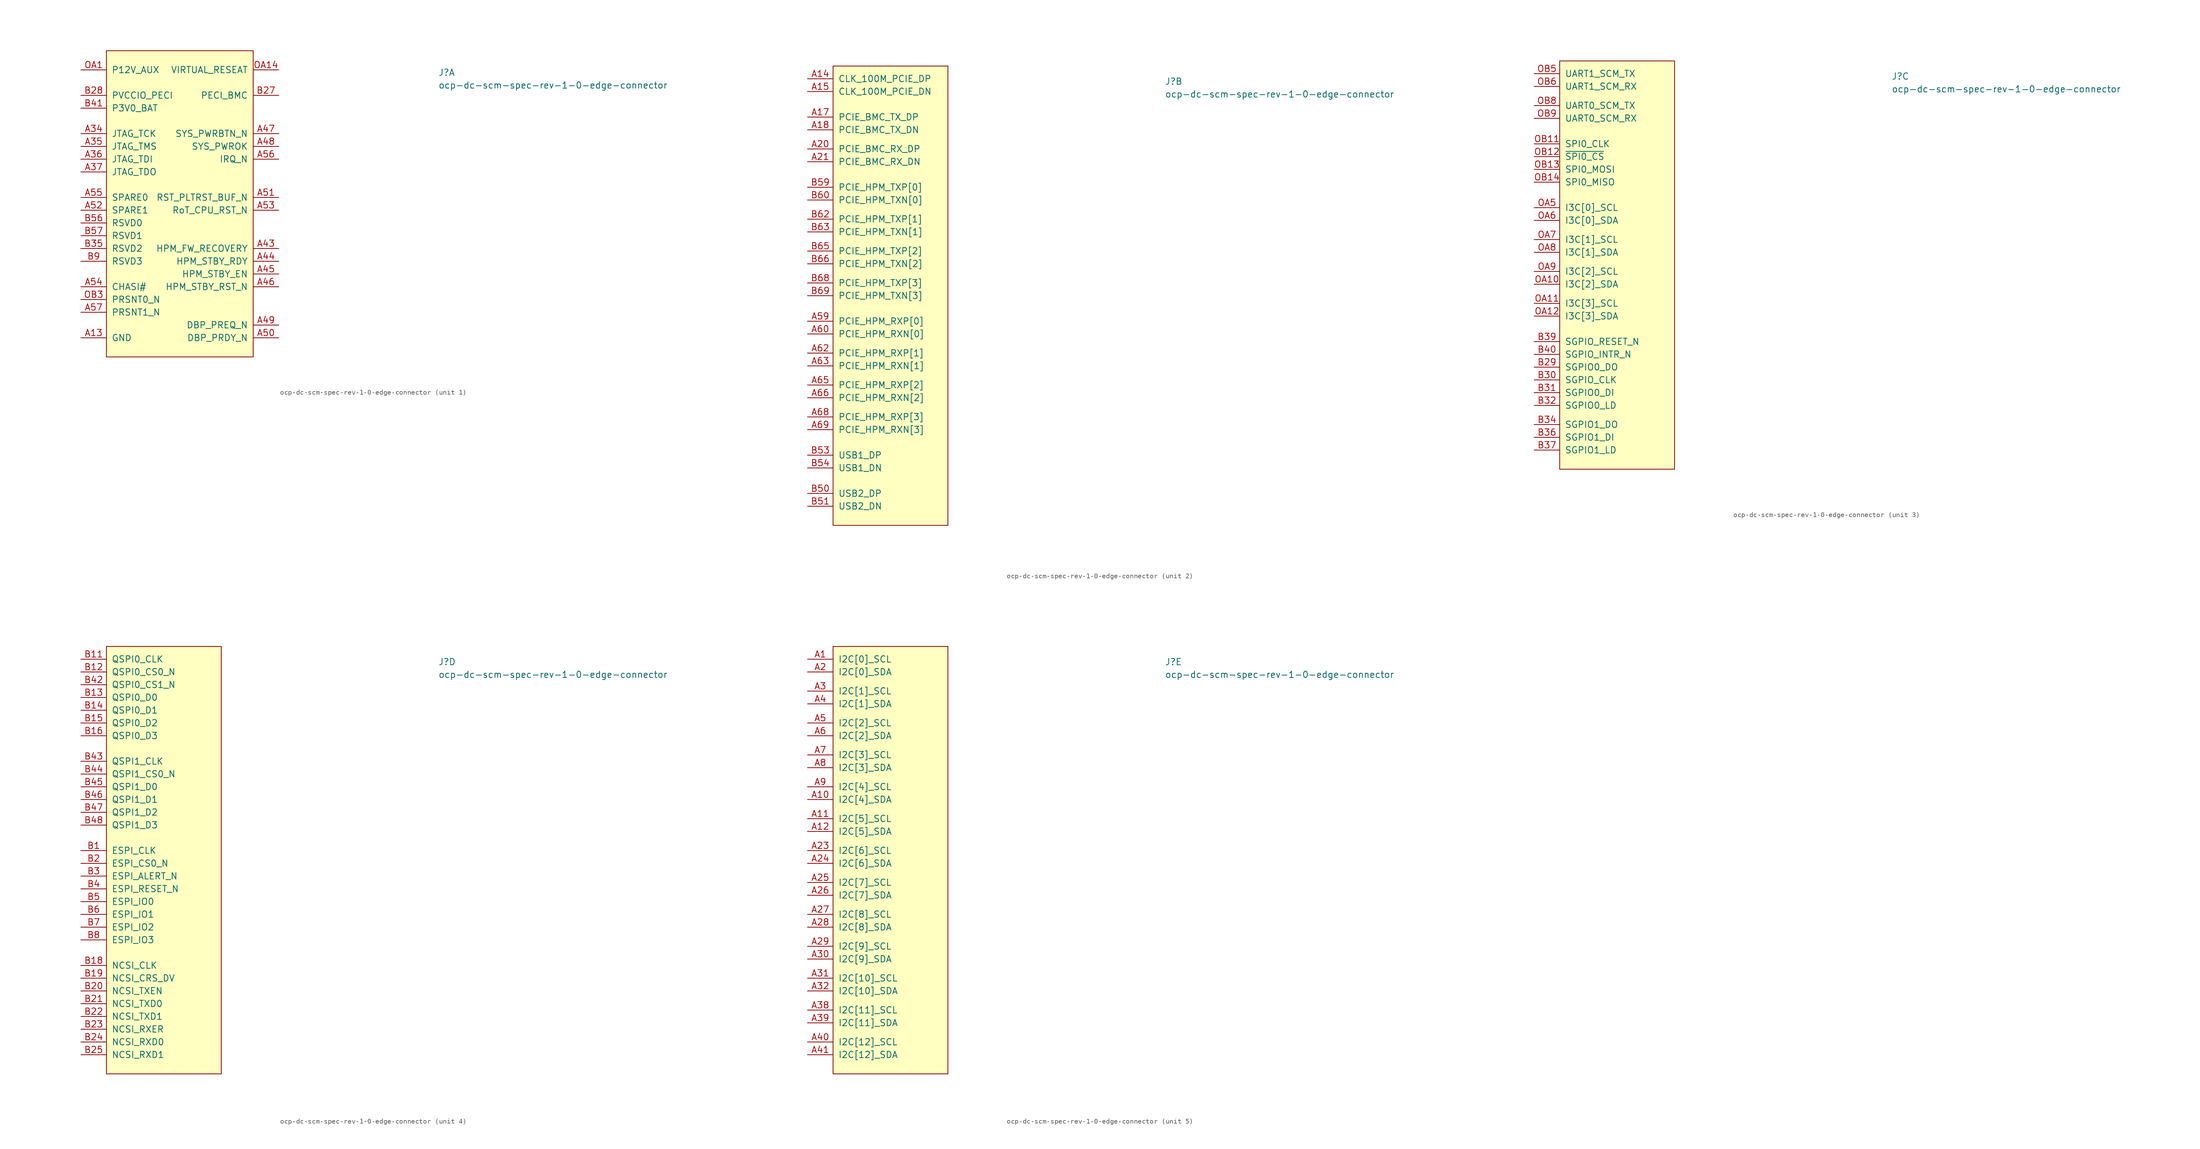
<source format=kicad_sym>
(kicad_symbol_lib
  (version 20211014)
  (generator kicad_symbol_editor)
  (symbol "ocp-dc-scm-spec-rev-1-0-edge-connector"
    (pin_names
      (offset 1.016))
    (property "Reference" "J"
      (at 71.12 -1.27 0)
      (effects (font (size 1.27 1.27) (thickness 0.15)) (justify left bottom)))
    (property "Value" "ocp-dc-scm-spec-rev-1-0-edge-connector"
      (at 71.12 -3.81 0)
      (effects (font (size 1.27 1.27) (thickness 0.15)) (justify left bottom)))
    (property "ki_locked" ""
      (at 0 0 0)
      (effects (font (size 1.27 1.27))))
    (symbol "ocp-dc-scm-spec-rev-1-0-edge-connector_1_1"
      (rectangle (start 5.08 3.81) (end 34.29 -57.15) (stroke (width 0) (type default) (color 0 0 0 0)) (fill (type background)))
      (pin power_out line (at 0 -53.34 0) (length 5.08) (name "GND" (effects (font (size 1.27 1.27)))) (number "A13" (effects (font (size 1.27 1.27)))))
      (pin passive line (at 0 -53.34 0) (length 5.08) hide (name "GND" (effects (font (size 1.27 1.27)))) (number "A16" (effects (font (size 1.27 1.27)))))
      (pin passive line (at 0 -53.34 0) (length 5.08) hide (name "GND" (effects (font (size 1.27 1.27)))) (number "A19" (effects (font (size 1.27 1.27)))))
      (pin passive line (at 0 -53.34 0) (length 5.08) hide (name "GND" (effects (font (size 1.27 1.27)))) (number "A22" (effects (font (size 1.27 1.27)))))
      (pin passive line (at 0 -53.34 0) (length 5.08) hide (name "GND" (effects (font (size 1.27 1.27)))) (number "A33" (effects (font (size 1.27 1.27)))))
      (pin passive line (at 0 -12.7 0) (length 5.08) (name "JTAG_TCK" (effects (font (size 1.27 1.27)))) (number "A34" (effects (font (size 1.27 1.27)))))
      (pin passive line (at 0 -15.24 0) (length 5.08) (name "JTAG_TMS" (effects (font (size 1.27 1.27)))) (number "A35" (effects (font (size 1.27 1.27)))))
      (pin passive line (at 0 -17.78 0) (length 5.08) (name "JTAG_TDI" (effects (font (size 1.27 1.27)))) (number "A36" (effects (font (size 1.27 1.27)))))
      (pin passive line (at 0 -20.32 0) (length 5.08) (name "JTAG_TDO" (effects (font (size 1.27 1.27)))) (number "A37" (effects (font (size 1.27 1.27)))))
      (pin passive line (at 0 -53.34 0) (length 5.08) hide (name "GND" (effects (font (size 1.27 1.27)))) (number "A42" (effects (font (size 1.27 1.27)))))
      (pin passive line (at 39.37 -35.56 180) (length 5.08) (name "HPM_FW_RECOVERY" (effects (font (size 1.27 1.27)))) (number "A43" (effects (font (size 1.27 1.27)))))
      (pin passive line (at 39.37 -38.1 180) (length 5.08) (name "HPM_STBY_RDY" (effects (font (size 1.27 1.27)))) (number "A44" (effects (font (size 1.27 1.27)))))
      (pin passive line (at 39.37 -40.64 180) (length 5.08) (name "HPM_STBY_EN" (effects (font (size 1.27 1.27)))) (number "A45" (effects (font (size 1.27 1.27)))))
      (pin passive line (at 39.37 -43.18 180) (length 5.08) (name "HPM_STBY_RST_N" (effects (font (size 1.27 1.27)))) (number "A46" (effects (font (size 1.27 1.27)))))
      (pin passive line (at 39.37 -12.7 180) (length 5.08) (name "SYS_PWRBTN_N" (effects (font (size 1.27 1.27)))) (number "A47" (effects (font (size 1.27 1.27)))))
      (pin passive line (at 39.37 -15.24 180) (length 5.08) (name "SYS_PWROK" (effects (font (size 1.27 1.27)))) (number "A48" (effects (font (size 1.27 1.27)))))
      (pin passive line (at 39.37 -50.8 180) (length 5.08) (name "DBP_PREQ_N" (effects (font (size 1.27 1.27)))) (number "A49" (effects (font (size 1.27 1.27)))))
      (pin passive line (at 39.37 -53.34 180) (length 5.08) (name "DBP_PRDY_N" (effects (font (size 1.27 1.27)))) (number "A50" (effects (font (size 1.27 1.27)))))
      (pin passive line (at 39.37 -25.4 180) (length 5.08) (name "RST_PLTRST_BUF_N" (effects (font (size 1.27 1.27)))) (number "A51" (effects (font (size 1.27 1.27)))))
      (pin passive line (at 0 -27.94 0) (length 5.08) (name "SPARE1" (effects (font (size 1.27 1.27)))) (number "A52" (effects (font (size 1.27 1.27)))))
      (pin passive line (at 39.37 -27.94 180) (length 5.08) (name "RoT_CPU_RST_N" (effects (font (size 1.27 1.27)))) (number "A53" (effects (font (size 1.27 1.27)))))
      (pin passive line (at 0 -43.18 0) (length 5.08) (name "CHASI#" (effects (font (size 1.27 1.27)))) (number "A54" (effects (font (size 1.27 1.27)))))
      (pin passive line (at 0 -25.4 0) (length 5.08) (name "SPARE0" (effects (font (size 1.27 1.27)))) (number "A55" (effects (font (size 1.27 1.27)))))
      (pin passive line (at 39.37 -17.78 180) (length 5.08) (name "IRQ_N" (effects (font (size 1.27 1.27)))) (number "A56" (effects (font (size 1.27 1.27)))))
      (pin passive line (at 0 -48.26 0) (length 5.08) (name "PRSNT1_N" (effects (font (size 1.27 1.27)))) (number "A57" (effects (font (size 1.27 1.27)))))
      (pin passive line (at 0 -53.34 0) (length 5.08) hide (name "GND" (effects (font (size 1.27 1.27)))) (number "A58" (effects (font (size 1.27 1.27)))))
      (pin passive line (at 0 -53.34 0) (length 5.08) hide (name "GND" (effects (font (size 1.27 1.27)))) (number "A61" (effects (font (size 1.27 1.27)))))
      (pin passive line (at 0 -53.34 0) (length 5.08) hide (name "GND" (effects (font (size 1.27 1.27)))) (number "A64" (effects (font (size 1.27 1.27)))))
      (pin passive line (at 0 -53.34 0) (length 5.08) hide (name "GND" (effects (font (size 1.27 1.27)))) (number "A67" (effects (font (size 1.27 1.27)))))
      (pin passive line (at 0 -53.34 0) (length 5.08) hide (name "GND" (effects (font (size 1.27 1.27)))) (number "A70" (effects (font (size 1.27 1.27)))))
      (pin passive line (at 0 -53.34 0) (length 5.08) hide (name "GND" (effects (font (size 1.27 1.27)))) (number "B10" (effects (font (size 1.27 1.27)))))
      (pin passive line (at 0 -53.34 0) (length 5.08) hide (name "GND" (effects (font (size 1.27 1.27)))) (number "B17" (effects (font (size 1.27 1.27)))))
      (pin passive line (at 0 -53.34 0) (length 5.08) hide (name "GND" (effects (font (size 1.27 1.27)))) (number "B26" (effects (font (size 1.27 1.27)))))
      (pin passive line (at 39.37 -5.08 180) (length 5.08) (name "PECI_BMC" (effects (font (size 1.27 1.27)))) (number "B27" (effects (font (size 1.27 1.27)))))
      (pin passive line (at 0 -5.08 0) (length 5.08) (name "PVCCIO_PECI" (effects (font (size 1.27 1.27)))) (number "B28" (effects (font (size 1.27 1.27)))))
      (pin passive line (at 0 -53.34 0) (length 5.08) hide (name "GND" (effects (font (size 1.27 1.27)))) (number "B33" (effects (font (size 1.27 1.27)))))
      (pin passive line (at 0 -35.56 0) (length 5.08) (name "RSVD2" (effects (font (size 1.27 1.27)))) (number "B35" (effects (font (size 1.27 1.27)))))
      (pin passive line (at 0 -53.34 0) (length 5.08) hide (name "GND" (effects (font (size 1.27 1.27)))) (number "B38" (effects (font (size 1.27 1.27)))))
      (pin passive line (at 0 -7.62 0) (length 5.08) (name "P3V0_BAT" (effects (font (size 1.27 1.27)))) (number "B41" (effects (font (size 1.27 1.27)))))
      (pin passive line (at 0 -53.34 0) (length 5.08) hide (name "GND" (effects (font (size 1.27 1.27)))) (number "B49" (effects (font (size 1.27 1.27)))))
      (pin passive line (at 0 -53.34 0) (length 5.08) hide (name "GND" (effects (font (size 1.27 1.27)))) (number "B52" (effects (font (size 1.27 1.27)))))
      (pin passive line (at 0 -53.34 0) (length 5.08) hide (name "GND" (effects (font (size 1.27 1.27)))) (number "B55" (effects (font (size 1.27 1.27)))))
      (pin passive line (at 0 -30.48 0) (length 5.08) (name "RSVD0" (effects (font (size 1.27 1.27)))) (number "B56" (effects (font (size 1.27 1.27)))))
      (pin passive line (at 0 -33.02 0) (length 5.08) (name "RSVD1" (effects (font (size 1.27 1.27)))) (number "B57" (effects (font (size 1.27 1.27)))))
      (pin passive line (at 0 -53.34 0) (length 5.08) hide (name "GND" (effects (font (size 1.27 1.27)))) (number "B58" (effects (font (size 1.27 1.27)))))
      (pin passive line (at 0 -53.34 0) (length 5.08) hide (name "GND" (effects (font (size 1.27 1.27)))) (number "B61" (effects (font (size 1.27 1.27)))))
      (pin passive line (at 0 -53.34 0) (length 5.08) hide (name "GND" (effects (font (size 1.27 1.27)))) (number "B64" (effects (font (size 1.27 1.27)))))
      (pin passive line (at 0 -53.34 0) (length 5.08) hide (name "GND" (effects (font (size 1.27 1.27)))) (number "B67" (effects (font (size 1.27 1.27)))))
      (pin passive line (at 0 -53.34 0) (length 5.08) hide (name "GND" (effects (font (size 1.27 1.27)))) (number "B70" (effects (font (size 1.27 1.27)))))
      (pin passive line (at 0 -38.1 0) (length 5.08) (name "RSVD3" (effects (font (size 1.27 1.27)))) (number "B9" (effects (font (size 1.27 1.27)))))
      (pin power_out line (at 0 0 0) (length 5.08) (name "P12V_AUX" (effects (font (size 1.27 1.27)))) (number "OA1" (effects (font (size 1.27 1.27)))))
      (pin passive line (at 0 -53.34 0) (length 5.08) hide (name "GND" (effects (font (size 1.27 1.27)))) (number "OA13" (effects (font (size 1.27 1.27)))))
      (pin passive line (at 39.37 0 180) (length 5.08) (name "VIRTUAL_RESEAT" (effects (font (size 1.27 1.27)))) (number "OA14" (effects (font (size 1.27 1.27)))))
      (pin passive line (at 0 0 0) (length 5.08) hide (name "P12V_AUX" (effects (font (size 1.27 1.27)))) (number "OA2" (effects (font (size 1.27 1.27)))))
      (pin passive line (at 0 -53.34 0) (length 5.08) hide (name "GND" (effects (font (size 1.27 1.27)))) (number "OA3" (effects (font (size 1.27 1.27)))))
      (pin passive line (at 0 -53.34 0) (length 5.08) hide (name "GND" (effects (font (size 1.27 1.27)))) (number "OA4" (effects (font (size 1.27 1.27)))))
      (pin passive line (at 0 0 0) (length 5.08) hide (name "P12V_AUX" (effects (font (size 1.27 1.27)))) (number "OB1" (effects (font (size 1.27 1.27)))))
      (pin passive line (at 0 -53.34 0) (length 5.08) hide (name "GND" (effects (font (size 1.27 1.27)))) (number "OB10" (effects (font (size 1.27 1.27)))))
      (pin passive line (at 0 0 0) (length 5.08) hide (name "P12V_AUX" (effects (font (size 1.27 1.27)))) (number "OB2" (effects (font (size 1.27 1.27)))))
      (pin passive line (at 0 -45.72 0) (length 5.08) (name "PRSNT0_N" (effects (font (size 1.27 1.27)))) (number "OB3" (effects (font (size 1.27 1.27)))))
      (pin passive line (at 0 -53.34 0) (length 5.08) hide (name "GND" (effects (font (size 1.27 1.27)))) (number "OB4" (effects (font (size 1.27 1.27)))))
      (pin passive line (at 0 -53.34 0) (length 5.08) hide (name "GND" (effects (font (size 1.27 1.27)))) (number "OB7" (effects (font (size 1.27 1.27))))))
    (symbol "ocp-dc-scm-spec-rev-1-0-edge-connector_2_1"
      (rectangle (start 5.08 2.54) (end 27.94 -88.9) (stroke (width 0) (type default) (color 0 0 0 0)) (fill (type background)))
      (pin passive line (at 0 0 0) (length 5.08) (name "CLK_100M_PCIE_DP" (effects (font (size 1.27 1.27)))) (number "A14" (effects (font (size 1.27 1.27)))))
      (pin passive line (at 0 -2.54 0) (length 5.08) (name "CLK_100M_PCIE_DN" (effects (font (size 1.27 1.27)))) (number "A15" (effects (font (size 1.27 1.27)))))
      (pin passive line (at 0 -7.62 0) (length 5.08) (name "PCIE_BMC_TX_DP" (effects (font (size 1.27 1.27)))) (number "A17" (effects (font (size 1.27 1.27)))))
      (pin passive line (at 0 -10.16 0) (length 5.08) (name "PCIE_BMC_TX_DN" (effects (font (size 1.27 1.27)))) (number "A18" (effects (font (size 1.27 1.27)))))
      (pin passive line (at 0 -13.97 0) (length 5.08) (name "PCIE_BMC_RX_DP" (effects (font (size 1.27 1.27)))) (number "A20" (effects (font (size 1.27 1.27)))))
      (pin passive line (at 0 -16.51 0) (length 5.08) (name "PCIE_BMC_RX_DN" (effects (font (size 1.27 1.27)))) (number "A21" (effects (font (size 1.27 1.27)))))
      (pin passive line (at 0 -48.26 0) (length 5.08) (name "PCIE_HPM_RXP[0]" (effects (font (size 1.27 1.27)))) (number "A59" (effects (font (size 1.27 1.27)))))
      (pin passive line (at 0 -50.8 0) (length 5.08) (name "PCIE_HPM_RXN[0]" (effects (font (size 1.27 1.27)))) (number "A60" (effects (font (size 1.27 1.27)))))
      (pin passive line (at 0 -54.61 0) (length 5.08) (name "PCIE_HPM_RXP[1]" (effects (font (size 1.27 1.27)))) (number "A62" (effects (font (size 1.27 1.27)))))
      (pin passive line (at 0 -57.15 0) (length 5.08) (name "PCIE_HPM_RXN[1]" (effects (font (size 1.27 1.27)))) (number "A63" (effects (font (size 1.27 1.27)))))
      (pin passive line (at 0 -60.96 0) (length 5.08) (name "PCIE_HPM_RXP[2]" (effects (font (size 1.27 1.27)))) (number "A65" (effects (font (size 1.27 1.27)))))
      (pin passive line (at 0 -63.5 0) (length 5.08) (name "PCIE_HPM_RXN[2]" (effects (font (size 1.27 1.27)))) (number "A66" (effects (font (size 1.27 1.27)))))
      (pin passive line (at 0 -67.31 0) (length 5.08) (name "PCIE_HPM_RXP[3]" (effects (font (size 1.27 1.27)))) (number "A68" (effects (font (size 1.27 1.27)))))
      (pin passive line (at 0 -69.85 0) (length 5.08) (name "PCIE_HPM_RXN[3]" (effects (font (size 1.27 1.27)))) (number "A69" (effects (font (size 1.27 1.27)))))
      (pin passive line (at 0 -82.55 0) (length 5.08) (name "USB2_DP" (effects (font (size 1.27 1.27)))) (number "B50" (effects (font (size 1.27 1.27)))))
      (pin passive line (at 0 -85.09 0) (length 5.08) (name "USB2_DN" (effects (font (size 1.27 1.27)))) (number "B51" (effects (font (size 1.27 1.27)))))
      (pin passive line (at 0 -74.93 0) (length 5.08) (name "USB1_DP" (effects (font (size 1.27 1.27)))) (number "B53" (effects (font (size 1.27 1.27)))))
      (pin passive line (at 0 -77.47 0) (length 5.08) (name "USB1_DN" (effects (font (size 1.27 1.27)))) (number "B54" (effects (font (size 1.27 1.27)))))
      (pin passive line (at 0 -21.59 0) (length 5.08) (name "PCIE_HPM_TXP[0]" (effects (font (size 1.27 1.27)))) (number "B59" (effects (font (size 1.27 1.27)))))
      (pin passive line (at 0 -24.13 0) (length 5.08) (name "PCIE_HPM_TXN[0]" (effects (font (size 1.27 1.27)))) (number "B60" (effects (font (size 1.27 1.27)))))
      (pin passive line (at 0 -27.94 0) (length 5.08) (name "PCIE_HPM_TXP[1]" (effects (font (size 1.27 1.27)))) (number "B62" (effects (font (size 1.27 1.27)))))
      (pin passive line (at 0 -30.48 0) (length 5.08) (name "PCIE_HPM_TXN[1]" (effects (font (size 1.27 1.27)))) (number "B63" (effects (font (size 1.27 1.27)))))
      (pin passive line (at 0 -34.29 0) (length 5.08) (name "PCIE_HPM_TXP[2]" (effects (font (size 1.27 1.27)))) (number "B65" (effects (font (size 1.27 1.27)))))
      (pin passive line (at 0 -36.83 0) (length 5.08) (name "PCIE_HPM_TXN[2]" (effects (font (size 1.27 1.27)))) (number "B66" (effects (font (size 1.27 1.27)))))
      (pin passive line (at 0 -40.64 0) (length 5.08) (name "PCIE_HPM_TXP[3]" (effects (font (size 1.27 1.27)))) (number "B68" (effects (font (size 1.27 1.27)))))
      (pin passive line (at 0 -43.18 0) (length 5.08) (name "PCIE_HPM_TXN[3]" (effects (font (size 1.27 1.27)))) (number "B69" (effects (font (size 1.27 1.27))))))
    (symbol "ocp-dc-scm-spec-rev-1-0-edge-connector_3_1"
      (rectangle (start 5.08 2.54) (end 27.94 -78.74) (stroke (width 0) (type default) (color 0 0 0 0)) (fill (type background)))
      (pin passive line (at 0 -58.42 0) (length 5.08) (name "SGPIO0_DO" (effects (font (size 1.27 1.27)))) (number "B29" (effects (font (size 1.27 1.27)))))
      (pin passive line (at 0 -60.96 0) (length 5.08) (name "SGPIO_CLK" (effects (font (size 1.27 1.27)))) (number "B30" (effects (font (size 1.27 1.27)))))
      (pin passive line (at 0 -63.5 0) (length 5.08) (name "SGPIO0_DI" (effects (font (size 1.27 1.27)))) (number "B31" (effects (font (size 1.27 1.27)))))
      (pin passive line (at 0 -66.04 0) (length 5.08) (name "SGPIO0_LD" (effects (font (size 1.27 1.27)))) (number "B32" (effects (font (size 1.27 1.27)))))
      (pin passive line (at 0 -69.85 0) (length 5.08) (name "SGPIO1_DO" (effects (font (size 1.27 1.27)))) (number "B34" (effects (font (size 1.27 1.27)))))
      (pin passive line (at 0 -72.39 0) (length 5.08) (name "SGPIO1_DI" (effects (font (size 1.27 1.27)))) (number "B36" (effects (font (size 1.27 1.27)))))
      (pin passive line (at 0 -74.93 0) (length 5.08) (name "SGPIO1_LD" (effects (font (size 1.27 1.27)))) (number "B37" (effects (font (size 1.27 1.27)))))
      (pin passive line (at 0 -53.34 0) (length 5.08) (name "SGPIO_RESET_N" (effects (font (size 1.27 1.27)))) (number "B39" (effects (font (size 1.27 1.27)))))
      (pin passive line (at 0 -55.88 0) (length 5.08) (name "SGPIO_INTR_N" (effects (font (size 1.27 1.27)))) (number "B40" (effects (font (size 1.27 1.27)))))
      (pin passive line (at 0 -41.91 0) (length 5.08) (name "I3C[2]_SDA" (effects (font (size 1.27 1.27)))) (number "OA10" (effects (font (size 1.27 1.27)))))
      (pin passive line (at 0 -45.72 0) (length 5.08) (name "I3C[3]_SCL" (effects (font (size 1.27 1.27)))) (number "OA11" (effects (font (size 1.27 1.27)))))
      (pin passive line (at 0 -48.26 0) (length 5.08) (name "I3C[3]_SDA" (effects (font (size 1.27 1.27)))) (number "OA12" (effects (font (size 1.27 1.27)))))
      (pin passive line (at 0 -26.67 0) (length 5.08) (name "I3C[0]_SCL" (effects (font (size 1.27 1.27)))) (number "OA5" (effects (font (size 1.27 1.27)))))
      (pin passive line (at 0 -29.21 0) (length 5.08) (name "I3C[0]_SDA" (effects (font (size 1.27 1.27)))) (number "OA6" (effects (font (size 1.27 1.27)))))
      (pin passive line (at 0 -33.02 0) (length 5.08) (name "I3C[1]_SCL" (effects (font (size 1.27 1.27)))) (number "OA7" (effects (font (size 1.27 1.27)))))
      (pin passive line (at 0 -35.56 0) (length 5.08) (name "I3C[1]_SDA" (effects (font (size 1.27 1.27)))) (number "OA8" (effects (font (size 1.27 1.27)))))
      (pin passive line (at 0 -39.37 0) (length 5.08) (name "I3C[2]_SCL" (effects (font (size 1.27 1.27)))) (number "OA9" (effects (font (size 1.27 1.27)))))
      (pin passive line (at 0 -13.97 0) (length 5.08) (name "SPI0_CLK" (effects (font (size 1.27 1.27)))) (number "OB11" (effects (font (size 1.27 1.27)))))
      (pin passive line (at 0 -16.51 0) (length 5.08) (name "~{SPI0_CS}" (effects (font (size 1.27 1.27)))) (number "OB12" (effects (font (size 1.27 1.27)))))
      (pin passive line (at 0 -19.05 0) (length 5.08) (name "SPI0_MOSI" (effects (font (size 1.27 1.27)))) (number "OB13" (effects (font (size 1.27 1.27)))))
      (pin passive line (at 0 -21.59 0) (length 5.08) (name "SPI0_MISO" (effects (font (size 1.27 1.27)))) (number "OB14" (effects (font (size 1.27 1.27)))))
      (pin passive line (at 0 0 0) (length 5.08) (name "UART1_SCM_TX" (effects (font (size 1.27 1.27)))) (number "OB5" (effects (font (size 1.27 1.27)))))
      (pin passive line (at 0 -2.54 0) (length 5.08) (name "UART1_SCM_RX" (effects (font (size 1.27 1.27)))) (number "OB6" (effects (font (size 1.27 1.27)))))
      (pin passive line (at 0 -6.35 0) (length 5.08) (name "UART0_SCM_TX" (effects (font (size 1.27 1.27)))) (number "OB8" (effects (font (size 1.27 1.27)))))
      (pin passive line (at 0 -8.89 0) (length 5.08) (name "UART0_SCM_RX" (effects (font (size 1.27 1.27)))) (number "OB9" (effects (font (size 1.27 1.27))))))
    (symbol "ocp-dc-scm-spec-rev-1-0-edge-connector_4_1"
      (rectangle (start 5.08 2.54) (end 27.94 -82.55) (stroke (width 0) (type default) (color 0 0 0 0)) (fill (type background)))
      (pin passive line (at 0 -38.1 0) (length 5.08) (name "ESPI_CLK" (effects (font (size 1.27 1.27)))) (number "B1" (effects (font (size 1.27 1.27)))))
      (pin passive line (at 0 0 0) (length 5.08) (name "QSPI0_CLK" (effects (font (size 1.27 1.27)))) (number "B11" (effects (font (size 1.27 1.27)))))
      (pin passive line (at 0 -2.54 0) (length 5.08) (name "QSPI0_CS0_N" (effects (font (size 1.27 1.27)))) (number "B12" (effects (font (size 1.27 1.27)))))
      (pin passive line (at 0 -7.62 0) (length 5.08) (name "QSPI0_D0" (effects (font (size 1.27 1.27)))) (number "B13" (effects (font (size 1.27 1.27)))))
      (pin passive line (at 0 -10.16 0) (length 5.08) (name "QSPI0_D1" (effects (font (size 1.27 1.27)))) (number "B14" (effects (font (size 1.27 1.27)))))
      (pin passive line (at 0 -12.7 0) (length 5.08) (name "QSPI0_D2" (effects (font (size 1.27 1.27)))) (number "B15" (effects (font (size 1.27 1.27)))))
      (pin passive line (at 0 -15.24 0) (length 5.08) (name "QSPI0_D3" (effects (font (size 1.27 1.27)))) (number "B16" (effects (font (size 1.27 1.27)))))
      (pin passive line (at 0 -60.96 0) (length 5.08) (name "NCSI_CLK" (effects (font (size 1.27 1.27)))) (number "B18" (effects (font (size 1.27 1.27)))))
      (pin passive line (at 0 -63.5 0) (length 5.08) (name "NCSI_CRS_DV" (effects (font (size 1.27 1.27)))) (number "B19" (effects (font (size 1.27 1.27)))))
      (pin passive line (at 0 -40.64 0) (length 5.08) (name "ESPI_CS0_N" (effects (font (size 1.27 1.27)))) (number "B2" (effects (font (size 1.27 1.27)))))
      (pin passive line (at 0 -66.04 0) (length 5.08) (name "NCSI_TXEN" (effects (font (size 1.27 1.27)))) (number "B20" (effects (font (size 1.27 1.27)))))
      (pin passive line (at 0 -68.58 0) (length 5.08) (name "NCSI_TXD0" (effects (font (size 1.27 1.27)))) (number "B21" (effects (font (size 1.27 1.27)))))
      (pin passive line (at 0 -71.12 0) (length 5.08) (name "NCSI_TXD1" (effects (font (size 1.27 1.27)))) (number "B22" (effects (font (size 1.27 1.27)))))
      (pin passive line (at 0 -73.66 0) (length 5.08) (name "NCSI_RXER" (effects (font (size 1.27 1.27)))) (number "B23" (effects (font (size 1.27 1.27)))))
      (pin passive line (at 0 -76.2 0) (length 5.08) (name "NCSI_RXD0" (effects (font (size 1.27 1.27)))) (number "B24" (effects (font (size 1.27 1.27)))))
      (pin passive line (at 0 -78.74 0) (length 5.08) (name "NCSI_RXD1" (effects (font (size 1.27 1.27)))) (number "B25" (effects (font (size 1.27 1.27)))))
      (pin passive line (at 0 -43.18 0) (length 5.08) (name "ESPI_ALERT_N" (effects (font (size 1.27 1.27)))) (number "B3" (effects (font (size 1.27 1.27)))))
      (pin passive line (at 0 -45.72 0) (length 5.08) (name "ESPI_RESET_N" (effects (font (size 1.27 1.27)))) (number "B4" (effects (font (size 1.27 1.27)))))
      (pin passive line (at 0 -5.08 0) (length 5.08) (name "QSPI0_CS1_N" (effects (font (size 1.27 1.27)))) (number "B42" (effects (font (size 1.27 1.27)))))
      (pin passive line (at 0 -20.32 0) (length 5.08) (name "QSPI1_CLK" (effects (font (size 1.27 1.27)))) (number "B43" (effects (font (size 1.27 1.27)))))
      (pin passive line (at 0 -22.86 0) (length 5.08) (name "QSPI1_CS0_N" (effects (font (size 1.27 1.27)))) (number "B44" (effects (font (size 1.27 1.27)))))
      (pin passive line (at 0 -25.4 0) (length 5.08) (name "QSPI1_D0" (effects (font (size 1.27 1.27)))) (number "B45" (effects (font (size 1.27 1.27)))))
      (pin passive line (at 0 -27.94 0) (length 5.08) (name "QSPI1_D1" (effects (font (size 1.27 1.27)))) (number "B46" (effects (font (size 1.27 1.27)))))
      (pin passive line (at 0 -30.48 0) (length 5.08) (name "QSPI1_D2" (effects (font (size 1.27 1.27)))) (number "B47" (effects (font (size 1.27 1.27)))))
      (pin passive line (at 0 -33.02 0) (length 5.08) (name "QSPI1_D3" (effects (font (size 1.27 1.27)))) (number "B48" (effects (font (size 1.27 1.27)))))
      (pin passive line (at 0 -48.26 0) (length 5.08) (name "ESPI_IO0" (effects (font (size 1.27 1.27)))) (number "B5" (effects (font (size 1.27 1.27)))))
      (pin passive line (at 0 -50.8 0) (length 5.08) (name "ESPI_IO1" (effects (font (size 1.27 1.27)))) (number "B6" (effects (font (size 1.27 1.27)))))
      (pin passive line (at 0 -53.34 0) (length 5.08) (name "ESPI_IO2" (effects (font (size 1.27 1.27)))) (number "B7" (effects (font (size 1.27 1.27)))))
      (pin passive line (at 0 -55.88 0) (length 5.08) (name "ESPI_IO3" (effects (font (size 1.27 1.27)))) (number "B8" (effects (font (size 1.27 1.27))))))
    (symbol "ocp-dc-scm-spec-rev-1-0-edge-connector_5_1"
      (rectangle (start 5.08 2.54) (end 27.94 -82.55) (stroke (width 0) (type default) (color 0 0 0 0)) (fill (type background)))
      (pin passive line (at 0 0 0) (length 5.08) (name "I2C[0]_SCL" (effects (font (size 1.27 1.27)))) (number "A1" (effects (font (size 1.27 1.27)))))
      (pin passive line (at 0 -27.94 0) (length 5.08) (name "I2C[4]_SDA" (effects (font (size 1.27 1.27)))) (number "A10" (effects (font (size 1.27 1.27)))))
      (pin passive line (at 0 -31.75 0) (length 5.08) (name "I2C[5]_SCL" (effects (font (size 1.27 1.27)))) (number "A11" (effects (font (size 1.27 1.27)))))
      (pin passive line (at 0 -34.29 0) (length 5.08) (name "I2C[5]_SDA" (effects (font (size 1.27 1.27)))) (number "A12" (effects (font (size 1.27 1.27)))))
      (pin passive line (at 0 -2.54 0) (length 5.08) (name "I2C[0]_SDA" (effects (font (size 1.27 1.27)))) (number "A2" (effects (font (size 1.27 1.27)))))
      (pin passive line (at 0 -38.1 0) (length 5.08) (name "I2C[6]_SCL" (effects (font (size 1.27 1.27)))) (number "A23" (effects (font (size 1.27 1.27)))))
      (pin passive line (at 0 -40.64 0) (length 5.08) (name "I2C[6]_SDA" (effects (font (size 1.27 1.27)))) (number "A24" (effects (font (size 1.27 1.27)))))
      (pin passive line (at 0 -44.45 0) (length 5.08) (name "I2C[7]_SCL" (effects (font (size 1.27 1.27)))) (number "A25" (effects (font (size 1.27 1.27)))))
      (pin passive line (at 0 -46.99 0) (length 5.08) (name "I2C[7]_SDA" (effects (font (size 1.27 1.27)))) (number "A26" (effects (font (size 1.27 1.27)))))
      (pin passive line (at 0 -50.8 0) (length 5.08) (name "I2C[8]_SCL" (effects (font (size 1.27 1.27)))) (number "A27" (effects (font (size 1.27 1.27)))))
      (pin passive line (at 0 -53.34 0) (length 5.08) (name "I2C[8]_SDA" (effects (font (size 1.27 1.27)))) (number "A28" (effects (font (size 1.27 1.27)))))
      (pin passive line (at 0 -57.15 0) (length 5.08) (name "I2C[9]_SCL" (effects (font (size 1.27 1.27)))) (number "A29" (effects (font (size 1.27 1.27)))))
      (pin passive line (at 0 -6.35 0) (length 5.08) (name "I2C[1]_SCL" (effects (font (size 1.27 1.27)))) (number "A3" (effects (font (size 1.27 1.27)))))
      (pin passive line (at 0 -59.69 0) (length 5.08) (name "I2C[9]_SDA" (effects (font (size 1.27 1.27)))) (number "A30" (effects (font (size 1.27 1.27)))))
      (pin passive line (at 0 -63.5 0) (length 5.08) (name "I2C[10]_SCL" (effects (font (size 1.27 1.27)))) (number "A31" (effects (font (size 1.27 1.27)))))
      (pin passive line (at 0 -66.04 0) (length 5.08) (name "I2C[10]_SDA" (effects (font (size 1.27 1.27)))) (number "A32" (effects (font (size 1.27 1.27)))))
      (pin passive line (at 0 -69.85 0) (length 5.08) (name "I2C[11]_SCL" (effects (font (size 1.27 1.27)))) (number "A38" (effects (font (size 1.27 1.27)))))
      (pin passive line (at 0 -72.39 0) (length 5.08) (name "I2C[11]_SDA" (effects (font (size 1.27 1.27)))) (number "A39" (effects (font (size 1.27 1.27)))))
      (pin passive line (at 0 -8.89 0) (length 5.08) (name "I2C[1]_SDA" (effects (font (size 1.27 1.27)))) (number "A4" (effects (font (size 1.27 1.27)))))
      (pin passive line (at 0 -76.2 0) (length 5.08) (name "I2C[12]_SCL" (effects (font (size 1.27 1.27)))) (number "A40" (effects (font (size 1.27 1.27)))))
      (pin passive line (at 0 -78.74 0) (length 5.08) (name "I2C[12]_SDA" (effects (font (size 1.27 1.27)))) (number "A41" (effects (font (size 1.27 1.27)))))
      (pin passive line (at 0 -12.7 0) (length 5.08) (name "I2C[2]_SCL" (effects (font (size 1.27 1.27)))) (number "A5" (effects (font (size 1.27 1.27)))))
      (pin passive line (at 0 -15.24 0) (length 5.08) (name "I2C[2]_SDA" (effects (font (size 1.27 1.27)))) (number "A6" (effects (font (size 1.27 1.27)))))
      (pin passive line (at 0 -19.05 0) (length 5.08) (name "I2C[3]_SCL" (effects (font (size 1.27 1.27)))) (number "A7" (effects (font (size 1.27 1.27)))))
      (pin passive line (at 0 -21.59 0) (length 5.08) (name "I2C[3]_SDA" (effects (font (size 1.27 1.27)))) (number "A8" (effects (font (size 1.27 1.27)))))
      (pin passive line (at 0 -25.4 0) (length 5.08) (name "I2C[4]_SCL" (effects (font (size 1.27 1.27)))) (number "A9" (effects (font (size 1.27 1.27))))))))
</source>
